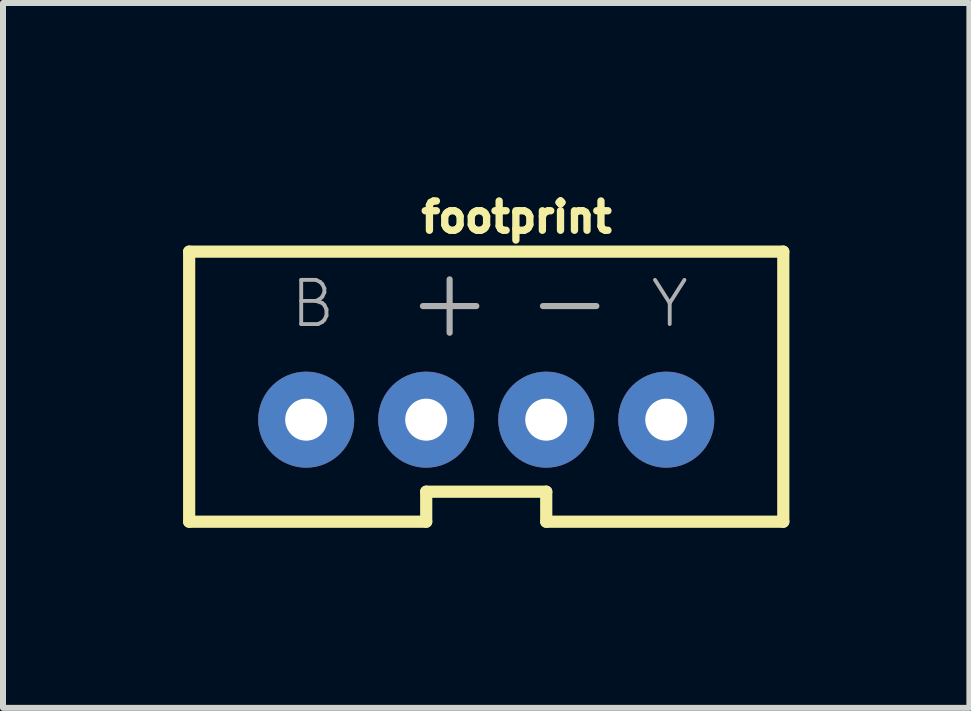
<source format=kicad_pcb>
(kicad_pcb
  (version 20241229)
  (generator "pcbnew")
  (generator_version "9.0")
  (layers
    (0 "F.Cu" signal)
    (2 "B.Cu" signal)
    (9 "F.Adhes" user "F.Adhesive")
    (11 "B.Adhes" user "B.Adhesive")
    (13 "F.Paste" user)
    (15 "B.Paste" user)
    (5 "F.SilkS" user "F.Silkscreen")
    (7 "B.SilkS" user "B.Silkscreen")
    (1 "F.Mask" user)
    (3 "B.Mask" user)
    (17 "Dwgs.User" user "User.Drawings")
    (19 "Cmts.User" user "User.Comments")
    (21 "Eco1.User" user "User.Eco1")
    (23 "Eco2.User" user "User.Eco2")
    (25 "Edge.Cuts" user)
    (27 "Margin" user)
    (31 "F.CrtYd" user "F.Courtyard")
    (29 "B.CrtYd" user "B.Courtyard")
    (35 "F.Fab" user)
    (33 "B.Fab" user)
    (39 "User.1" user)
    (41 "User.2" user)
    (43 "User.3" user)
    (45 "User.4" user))
  (footprint "footprint"
    (layer "F.Cu")
    (at 5.052 3.393)
    (property "Reference" "footprint" (at -1.143 -2.54 0) (layer "F.SilkS") (effects (font (size 0.488 0.488) (thickness 0.122)) (justify left bottom)))
    (fp_line (start -4.95 -2.25) (end 4.95 -2.25) (stroke (width 0.203) (type solid)) (layer "F.SilkS"))
    (fp_line (start -4.95 2.25) (end -4.95 -2.25) (stroke (width 0.203) (type solid)) (layer "F.SilkS"))
    (fp_line (start -1 1.75) (end -1 2.25) (stroke (width 0.203) (type solid)) (layer "F.SilkS"))
    (fp_line (start -1 1.75) (end 1 1.75) (stroke (width 0.203) (type solid)) (layer "F.SilkS"))
    (fp_line (start -1 2.25) (end -4.95 2.25) (stroke (width 0.203) (type solid)) (layer "F.SilkS"))
    (fp_line (start 1 1.75) (end 1 2.25) (stroke (width 0.203) (type solid)) (layer "F.SilkS"))
    (fp_line (start 4.95 -2.25) (end 4.95 2.25) (stroke (width 0.203) (type solid)) (layer "F.SilkS"))
    (fp_line (start 4.95 2.25) (end 1 2.25) (stroke (width 0.203) (type solid)) (layer "F.SilkS"))
    (fp_text user "B" (at -3.3 -0.95 0) (layer "F.Fab") (effects (font (size 0.736 0.736) (thickness 0.064)) (justify left bottom)))
    (fp_text user "+" (at -1.4 -0.75 0) (layer "F.Fab") (effects (font (size 1.168 1.168) (thickness 0.102)) (justify left bottom)))
    (fp_text user "-" (at 0.6 -0.75 0) (layer "F.Fab") (effects (font (size 1.168 1.168) (thickness 0.102)) (justify left bottom)))
    (fp_text user "Y" (at 2.7 -0.95 0) (layer "F.Fab") (effects (font (size 0.736 0.736) (thickness 0.064)) (justify left bottom)))
    (pad "1" thru_hole circle (at -3 0.55) (size 1.6 1.6) (drill 0.7) (layers "*.Cu" "*.Mask"))
    (pad "2" thru_hole circle (at -1 0.55) (size 1.6 1.6) (drill 0.7) (layers "*.Cu" "*.Mask"))
    (pad "3" thru_hole circle (at 1 0.55) (size 1.6 1.6) (drill 0.7) (layers "*.Cu" "*.Mask"))
    (pad "4" thru_hole circle (at 3 0.55) (size 1.6 1.6) (drill 0.7) (layers "*.Cu" "*.Mask")))
  (gr_rect
    (start -3 -3)
    (end 13.103 8.745)
    (stroke (width 0.1) (type default))
    (fill no)
    (layer "Edge.Cuts")))
</source>
